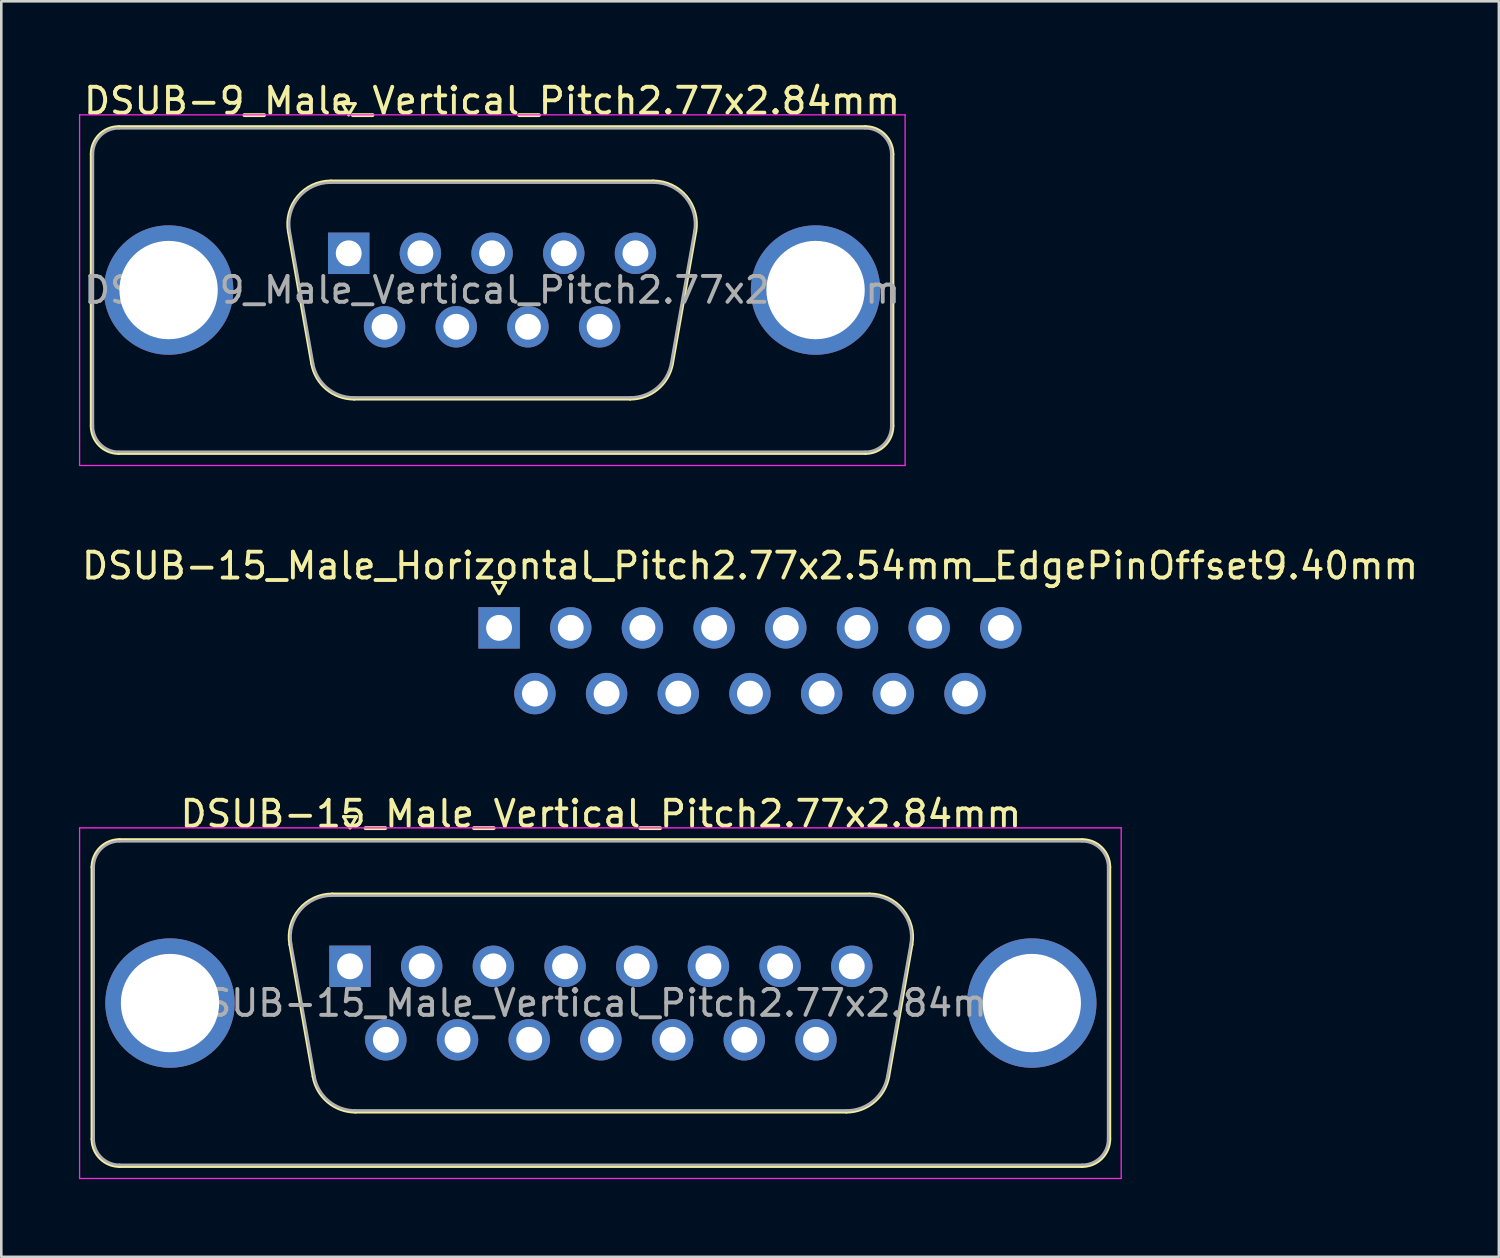
<source format=kicad_pcb>
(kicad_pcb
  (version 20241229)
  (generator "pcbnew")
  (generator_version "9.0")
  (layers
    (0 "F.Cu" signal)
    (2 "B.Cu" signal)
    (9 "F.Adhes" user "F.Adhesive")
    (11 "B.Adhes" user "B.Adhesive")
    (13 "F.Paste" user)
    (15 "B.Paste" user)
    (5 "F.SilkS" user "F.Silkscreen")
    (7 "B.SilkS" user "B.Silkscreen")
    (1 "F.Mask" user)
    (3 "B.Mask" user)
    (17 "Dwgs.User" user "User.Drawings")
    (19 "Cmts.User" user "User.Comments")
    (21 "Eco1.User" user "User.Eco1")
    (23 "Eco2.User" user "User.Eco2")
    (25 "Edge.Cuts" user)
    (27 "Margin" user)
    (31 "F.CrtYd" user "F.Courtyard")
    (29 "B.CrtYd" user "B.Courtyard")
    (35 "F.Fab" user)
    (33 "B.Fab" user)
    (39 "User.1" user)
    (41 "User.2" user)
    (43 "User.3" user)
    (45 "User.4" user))
  (footprint "DSUB-15_Male_Vertical_Pitch2.77x2.84mm"
    (layer "F.Cu")
    (at 10.475 34.29)
    (property "Reference" "DSUB-15_Male_Vertical_Pitch2.77x2.84mm" (at 9.695 -5.89 0) (layer "F.SilkS") (effects (font (size 1 1) (thickness 0.15))))
    (attr through_hole)
    (fp_line (start -9.965 6.67) (end -9.965 -3.83) (stroke (width 0.12) (type solid)) (layer "F.SilkS"))
    (fp_line (start -8.905 -4.89) (end 28.295 -4.89) (stroke (width 0.12) (type solid)) (layer "F.SilkS"))
    (fp_line (start -2.321 -0.842) (end -1.422 4.258) (stroke (width 0.12) (type solid)) (layer "F.SilkS"))
    (fp_line (start -0.687 -2.79) (end 20.077 -2.79) (stroke (width 0.12) (type solid)) (layer "F.SilkS"))
    (fp_line (start -0.25 -5.784) (end 0.25 -5.784) (stroke (width 0.12) (type solid)) (layer "F.SilkS"))
    (fp_line (start 0 -5.351) (end -0.25 -5.784) (stroke (width 0.12) (type solid)) (layer "F.SilkS"))
    (fp_line (start 0.213 5.63) (end 19.177 5.63) (stroke (width 0.12) (type solid)) (layer "F.SilkS"))
    (fp_line (start 0.25 -5.784) (end 0 -5.351) (stroke (width 0.12) (type solid)) (layer "F.SilkS"))
    (fp_line (start 21.711 -0.842) (end 20.812 4.258) (stroke (width 0.12) (type solid)) (layer "F.SilkS"))
    (fp_line (start 28.295 7.73) (end -8.905 7.73) (stroke (width 0.12) (type solid)) (layer "F.SilkS"))
    (fp_line (start 29.355 -3.83) (end 29.355 6.67) (stroke (width 0.12) (type solid)) (layer "F.SilkS"))
    (fp_arc (start -9.965 -3.83) (mid -9.654533 -4.579533) (end -8.905 -4.89) (stroke (width 0.12) (type solid)) (layer "F.SilkS"))
    (fp_arc (start -8.905 7.73) (mid -9.654533 7.419533) (end -9.965 6.67) (stroke (width 0.12) (type solid)) (layer "F.SilkS"))
    (fp_arc (start -2.32147 -0.841744) (mid -1.958323 -2.197028) (end -0.686689 -2.79) (stroke (width 0.12) (type solid)) (layer "F.SilkS"))
    (fp_arc (start 0.212579 5.63) (mid -0.854448 5.241634) (end -1.422202 4.258256) (stroke (width 0.12) (type solid)) (layer "F.SilkS"))
    (fp_arc (start 20.076689 -2.79) (mid 21.348323 -2.197027) (end 21.71147 -0.841744) (stroke (width 0.12) (type solid)) (layer "F.SilkS"))
    (fp_arc (start 20.812202 4.258256) (mid 20.244449 5.241634) (end 19.177421 5.63) (stroke (width 0.12) (type solid)) (layer "F.SilkS"))
    (fp_arc (start 28.295 -4.89) (mid 29.044533 -4.579533) (end 29.355 -3.83) (stroke (width 0.12) (type solid)) (layer "F.SilkS"))
    (fp_arc (start 29.355 6.67) (mid 29.044533 7.419533) (end 28.295 7.73) (stroke (width 0.12) (type solid)) (layer "F.SilkS"))
    (fp_line (start -10.45 -5.35) (end -10.45 8.2) (stroke (width 0.05) (type solid)) (layer "F.CrtYd"))
    (fp_line (start -10.45 8.2) (end 29.8 8.2) (stroke (width 0.05) (type solid)) (layer "F.CrtYd"))
    (fp_line (start 29.8 -5.35) (end -10.45 -5.35) (stroke (width 0.05) (type solid)) (layer "F.CrtYd"))
    (fp_line (start 29.8 8.2) (end 29.8 -5.35) (stroke (width 0.05) (type solid)) (layer "F.CrtYd"))
    (fp_line (start -9.905 6.67) (end -9.905 -3.83) (stroke (width 0.1) (type solid)) (layer "F.Fab"))
    (fp_line (start -8.905 -4.83) (end 28.295 -4.83) (stroke (width 0.1) (type solid)) (layer "F.Fab"))
    (fp_line (start -2.274 -0.852) (end -1.375 4.248) (stroke (width 0.1) (type solid)) (layer "F.Fab"))
    (fp_line (start -0.698 -2.73) (end 20.088 -2.73) (stroke (width 0.1) (type solid)) (layer "F.Fab"))
    (fp_line (start 0.201 5.57) (end 19.189 5.57) (stroke (width 0.1) (type solid)) (layer "F.Fab"))
    (fp_line (start 21.664 -0.852) (end 20.765 4.248) (stroke (width 0.1) (type solid)) (layer "F.Fab"))
    (fp_line (start 28.295 7.67) (end -8.905 7.67) (stroke (width 0.1) (type solid)) (layer "F.Fab"))
    (fp_line (start 29.295 -3.83) (end 29.295 6.67) (stroke (width 0.1) (type solid)) (layer "F.Fab"))
    (fp_arc (start -9.905 -3.83) (mid -9.612107 -4.537107) (end -8.905 -4.83) (stroke (width 0.1) (type solid)) (layer "F.Fab"))
    (fp_arc (start -8.905 7.67) (mid -9.612107 7.377107) (end -9.905 6.67) (stroke (width 0.1) (type solid)) (layer "F.Fab"))
    (fp_arc (start -2.273886 -0.852163) (mid -1.923865 -2.15846) (end -0.698194 -2.73) (stroke (width 0.1) (type solid)) (layer "F.Fab"))
    (fp_arc (start 0.201073 5.57) (mid -0.827387 5.195671) (end -1.374619 4.247837) (stroke (width 0.1) (type solid)) (layer "F.Fab"))
    (fp_arc (start 20.088194 -2.73) (mid 21.313865 -2.15846) (end 21.663886 -0.852163) (stroke (width 0.1) (type solid)) (layer "F.Fab"))
    (fp_arc (start 20.764619 4.247837) (mid 20.217387 5.195671) (end 19.188927 5.57) (stroke (width 0.1) (type solid)) (layer "F.Fab"))
    (fp_arc (start 28.295 -4.83) (mid 29.002107 -4.537107) (end 29.295 -3.83) (stroke (width 0.1) (type solid)) (layer "F.Fab"))
    (fp_arc (start 29.295 6.67) (mid 29.002107 7.377107) (end 28.295 7.67) (stroke (width 0.1) (type solid)) (layer "F.Fab"))
    (fp_text user "${REFERENCE}" (at 9.695 1.42 0) (layer "F.Fab") (effects (font (size 1 1) (thickness 0.15))))
    (pad "" np_thru_hole circle (at -6.955 1.42) (size 5 5) (drill 3.8) (layers "*.Cu" "*.Mask"))
    (pad "" np_thru_hole circle (at 26.345 1.42) (size 5 5) (drill 3.8) (layers "*.Cu" "*.Mask"))
    (pad "1" thru_hole rect (at 0 0) (size 1.6 1.6) (drill 1) (layers "*.Cu" "*.Mask"))
    (pad "2" thru_hole circle (at 2.77 0) (size 1.6 1.6) (drill 1) (layers "*.Cu" "*.Mask"))
    (pad "3" thru_hole circle (at 5.54 0) (size 1.6 1.6) (drill 1) (layers "*.Cu" "*.Mask"))
    (pad "4" thru_hole circle (at 8.31 0) (size 1.6 1.6) (drill 1) (layers "*.Cu" "*.Mask"))
    (pad "5" thru_hole circle (at 11.08 0) (size 1.6 1.6) (drill 1) (layers "*.Cu" "*.Mask"))
    (pad "6" thru_hole circle (at 13.85 0) (size 1.6 1.6) (drill 1) (layers "*.Cu" "*.Mask"))
    (pad "7" thru_hole circle (at 16.62 0) (size 1.6 1.6) (drill 1) (layers "*.Cu" "*.Mask"))
    (pad "8" thru_hole circle (at 19.39 0) (size 1.6 1.6) (drill 1) (layers "*.Cu" "*.Mask"))
    (pad "9" thru_hole circle (at 1.385 2.84) (size 1.6 1.6) (drill 1) (layers "*.Cu" "*.Mask"))
    (pad "10" thru_hole circle (at 4.155 2.84) (size 1.6 1.6) (drill 1) (layers "*.Cu" "*.Mask"))
    (pad "11" thru_hole circle (at 6.925 2.84) (size 1.6 1.6) (drill 1) (layers "*.Cu" "*.Mask"))
    (pad "12" thru_hole circle (at 9.695 2.84) (size 1.6 1.6) (drill 1) (layers "*.Cu" "*.Mask"))
    (pad "13" thru_hole circle (at 12.465 2.84) (size 1.6 1.6) (drill 1) (layers "*.Cu" "*.Mask"))
    (pad "14" thru_hole circle (at 15.235 2.84) (size 1.6 1.6) (drill 1) (layers "*.Cu" "*.Mask"))
    (pad "15" thru_hole circle (at 18.005 2.84) (size 1.6 1.6) (drill 1) (layers "*.Cu" "*.Mask")))
  (footprint "DSUB-9_Male_Vertical_Pitch2.77x2.84mm"
    (layer "F.Cu")
    (at 10.425 6.738)
    (property "Reference" "DSUB-9_Male_Vertical_Pitch2.77x2.84mm" (at 5.54 -5.89 0) (layer "F.SilkS") (effects (font (size 1 1) (thickness 0.15))))
    (attr through_hole)
    (fp_line (start -9.945 6.67) (end -9.945 -3.83) (stroke (width 0.12) (type solid)) (layer "F.SilkS"))
    (fp_line (start -8.885 -4.89) (end 19.965 -4.89) (stroke (width 0.12) (type solid)) (layer "F.SilkS"))
    (fp_line (start -2.326 -0.842) (end -1.427 4.258) (stroke (width 0.12) (type solid)) (layer "F.SilkS"))
    (fp_line (start -0.692 -2.79) (end 11.772 -2.79) (stroke (width 0.12) (type solid)) (layer "F.SilkS"))
    (fp_line (start -0.25 -5.784) (end 0.25 -5.784) (stroke (width 0.12) (type solid)) (layer "F.SilkS"))
    (fp_line (start 0 -5.351) (end -0.25 -5.784) (stroke (width 0.12) (type solid)) (layer "F.SilkS"))
    (fp_line (start 0.208 5.63) (end 10.872 5.63) (stroke (width 0.12) (type solid)) (layer "F.SilkS"))
    (fp_line (start 0.25 -5.784) (end 0 -5.351) (stroke (width 0.12) (type solid)) (layer "F.SilkS"))
    (fp_line (start 13.406 -0.842) (end 12.507 4.258) (stroke (width 0.12) (type solid)) (layer "F.SilkS"))
    (fp_line (start 19.965 7.73) (end -8.885 7.73) (stroke (width 0.12) (type solid)) (layer "F.SilkS"))
    (fp_line (start 21.025 -3.83) (end 21.025 6.67) (stroke (width 0.12) (type solid)) (layer "F.SilkS"))
    (fp_arc (start -9.945 -3.83) (mid -9.634533 -4.579533) (end -8.885 -4.89) (stroke (width 0.12) (type solid)) (layer "F.SilkS"))
    (fp_arc (start -8.885 7.73) (mid -9.634533 7.419533) (end -9.945 6.67) (stroke (width 0.12) (type solid)) (layer "F.SilkS"))
    (fp_arc (start -2.32647 -0.841744) (mid -1.963323 -2.197028) (end -0.691689 -2.79) (stroke (width 0.12) (type solid)) (layer "F.SilkS"))
    (fp_arc (start 0.207579 5.63) (mid -0.859448 5.241634) (end -1.427202 4.258256) (stroke (width 0.12) (type solid)) (layer "F.SilkS"))
    (fp_arc (start 11.771689 -2.79) (mid 13.043323 -2.197027) (end 13.40647 -0.841744) (stroke (width 0.12) (type solid)) (layer "F.SilkS"))
    (fp_arc (start 12.507202 4.258256) (mid 11.939449 5.241634) (end 10.872421 5.63) (stroke (width 0.12) (type solid)) (layer "F.SilkS"))
    (fp_arc (start 19.965 -4.89) (mid 20.714533 -4.579533) (end 21.025 -3.83) (stroke (width 0.12) (type solid)) (layer "F.SilkS"))
    (fp_arc (start 21.025 6.67) (mid 20.714533 7.419533) (end 19.965 7.73) (stroke (width 0.12) (type solid)) (layer "F.SilkS"))
    (fp_line (start -10.4 -5.35) (end -10.4 8.2) (stroke (width 0.05) (type solid)) (layer "F.CrtYd"))
    (fp_line (start -10.4 8.2) (end 21.5 8.2) (stroke (width 0.05) (type solid)) (layer "F.CrtYd"))
    (fp_line (start 21.5 -5.35) (end -10.4 -5.35) (stroke (width 0.05) (type solid)) (layer "F.CrtYd"))
    (fp_line (start 21.5 8.2) (end 21.5 -5.35) (stroke (width 0.05) (type solid)) (layer "F.CrtYd"))
    (fp_line (start -9.885 6.67) (end -9.885 -3.83) (stroke (width 0.1) (type solid)) (layer "F.Fab"))
    (fp_line (start -8.885 -4.83) (end 19.965 -4.83) (stroke (width 0.1) (type solid)) (layer "F.Fab"))
    (fp_line (start -2.279 -0.852) (end -1.38 4.248) (stroke (width 0.1) (type solid)) (layer "F.Fab"))
    (fp_line (start -0.703 -2.73) (end 11.783 -2.73) (stroke (width 0.1) (type solid)) (layer "F.Fab"))
    (fp_line (start 0.196 5.57) (end 10.884 5.57) (stroke (width 0.1) (type solid)) (layer "F.Fab"))
    (fp_line (start 13.359 -0.852) (end 12.46 4.248) (stroke (width 0.1) (type solid)) (layer "F.Fab"))
    (fp_line (start 19.965 7.67) (end -8.885 7.67) (stroke (width 0.1) (type solid)) (layer "F.Fab"))
    (fp_line (start 20.965 -3.83) (end 20.965 6.67) (stroke (width 0.1) (type solid)) (layer "F.Fab"))
    (fp_arc (start -9.885 -3.83) (mid -9.592107 -4.537107) (end -8.885 -4.83) (stroke (width 0.1) (type solid)) (layer "F.Fab"))
    (fp_arc (start -8.885 7.67) (mid -9.592107 7.377107) (end -9.885 6.67) (stroke (width 0.1) (type solid)) (layer "F.Fab"))
    (fp_arc (start -2.278886 -0.852163) (mid -1.928865 -2.15846) (end -0.703194 -2.73) (stroke (width 0.1) (type solid)) (layer "F.Fab"))
    (fp_arc (start 0.196073 5.57) (mid -0.832387 5.195671) (end -1.379619 4.247837) (stroke (width 0.1) (type solid)) (layer "F.Fab"))
    (fp_arc (start 11.783194 -2.73) (mid 13.008865 -2.15846) (end 13.358886 -0.852163) (stroke (width 0.1) (type solid)) (layer "F.Fab"))
    (fp_arc (start 12.459619 4.247837) (mid 11.912387 5.195671) (end 10.883927 5.57) (stroke (width 0.1) (type solid)) (layer "F.Fab"))
    (fp_arc (start 19.965 -4.83) (mid 20.672107 -4.537107) (end 20.965 -3.83) (stroke (width 0.1) (type solid)) (layer "F.Fab"))
    (fp_arc (start 20.965 6.67) (mid 20.672107 7.377107) (end 19.965 7.67) (stroke (width 0.1) (type solid)) (layer "F.Fab"))
    (fp_text user "${REFERENCE}" (at 5.54 1.42 0) (layer "F.Fab") (effects (font (size 1 1) (thickness 0.15))))
    (pad "" np_thru_hole circle (at -6.96 1.42) (size 5 5) (drill 3.8) (layers "*.Cu" "*.Mask"))
    (pad "" np_thru_hole circle (at 18.04 1.42) (size 5 5) (drill 3.8) (layers "*.Cu" "*.Mask"))
    (pad "1" thru_hole rect (at 0 0) (size 1.6 1.6) (drill 1) (layers "*.Cu" "*.Mask"))
    (pad "2" thru_hole circle (at 2.77 0) (size 1.6 1.6) (drill 1) (layers "*.Cu" "*.Mask"))
    (pad "3" thru_hole circle (at 5.54 0) (size 1.6 1.6) (drill 1) (layers "*.Cu" "*.Mask"))
    (pad "4" thru_hole circle (at 8.31 0) (size 1.6 1.6) (drill 1) (layers "*.Cu" "*.Mask"))
    (pad "5" thru_hole circle (at 11.08 0) (size 1.6 1.6) (drill 1) (layers "*.Cu" "*.Mask"))
    (pad "6" thru_hole circle (at 1.385 2.84) (size 1.6 1.6) (drill 1) (layers "*.Cu" "*.Mask"))
    (pad "7" thru_hole circle (at 4.155 2.84) (size 1.6 1.6) (drill 1) (layers "*.Cu" "*.Mask"))
    (pad "8" thru_hole circle (at 6.925 2.84) (size 1.6 1.6) (drill 1) (layers "*.Cu" "*.Mask"))
    (pad "9" thru_hole circle (at 9.695 2.84) (size 1.6 1.6) (drill 1) (layers "*.Cu" "*.Mask")))
  (footprint "DSUB-15_Male_Horizontal_Pitch2.77x2.54mm_EdgePinOffset9.40mm"
    (layer "F.Cu")
    (at 16.235 21.212)
    (property "Reference" "DSUB-15_Male_Horizontal_Pitch2.77x2.54mm_EdgePinOffset9.40mm" (at 9.7 -2.4 0) (layer "F.SilkS") (effects (font (size 1 1) (thickness 0.15))))
    (attr through_hole)
    (fp_line (start -0.25 -1.754) (end 0.25 -1.754) (stroke (width 0.12) (type solid)) (layer "F.SilkS"))
    (fp_line (start 0 -1.321) (end -0.25 -1.754) (stroke (width 0.12) (type solid)) (layer "F.SilkS"))
    (fp_line (start 0.25 -1.754) (end 0 -1.321) (stroke (width 0.12) (type solid)) (layer "F.SilkS"))
    (pad "1" thru_hole rect (at 0 0) (size 1.6 1.6) (drill 1) (layers "*.Cu" "*.Mask"))
    (pad "2" thru_hole circle (at 2.77 0) (size 1.6 1.6) (drill 1) (layers "*.Cu" "*.Mask"))
    (pad "3" thru_hole circle (at 5.54 0) (size 1.6 1.6) (drill 1) (layers "*.Cu" "*.Mask"))
    (pad "4" thru_hole circle (at 8.31 0) (size 1.6 1.6) (drill 1) (layers "*.Cu" "*.Mask"))
    (pad "5" thru_hole circle (at 11.08 0) (size 1.6 1.6) (drill 1) (layers "*.Cu" "*.Mask"))
    (pad "6" thru_hole circle (at 13.85 0) (size 1.6 1.6) (drill 1) (layers "*.Cu" "*.Mask"))
    (pad "7" thru_hole circle (at 16.62 0) (size 1.6 1.6) (drill 1) (layers "*.Cu" "*.Mask"))
    (pad "8" thru_hole circle (at 19.39 0) (size 1.6 1.6) (drill 1) (layers "*.Cu" "*.Mask"))
    (pad "9" thru_hole circle (at 1.385 2.54) (size 1.6 1.6) (drill 1) (layers "*.Cu" "*.Mask"))
    (pad "10" thru_hole circle (at 4.155 2.54) (size 1.6 1.6) (drill 1) (layers "*.Cu" "*.Mask"))
    (pad "11" thru_hole circle (at 6.925 2.54) (size 1.6 1.6) (drill 1) (layers "*.Cu" "*.Mask"))
    (pad "12" thru_hole circle (at 9.695 2.54) (size 1.6 1.6) (drill 1) (layers "*.Cu" "*.Mask"))
    (pad "13" thru_hole circle (at 12.465 2.54) (size 1.6 1.6) (drill 1) (layers "*.Cu" "*.Mask"))
    (pad "14" thru_hole circle (at 15.235 2.54) (size 1.6 1.6) (drill 1) (layers "*.Cu" "*.Mask"))
    (pad "15" thru_hole circle (at 18.005 2.54) (size 1.6 1.6) (drill 1) (layers "*.Cu" "*.Mask")))
  (gr_rect
    (start -3 -3)
    (end 54.869 45.515)
    (stroke (width 0.1) (type default))
    (fill no)
    (layer "Edge.Cuts")))
</source>
